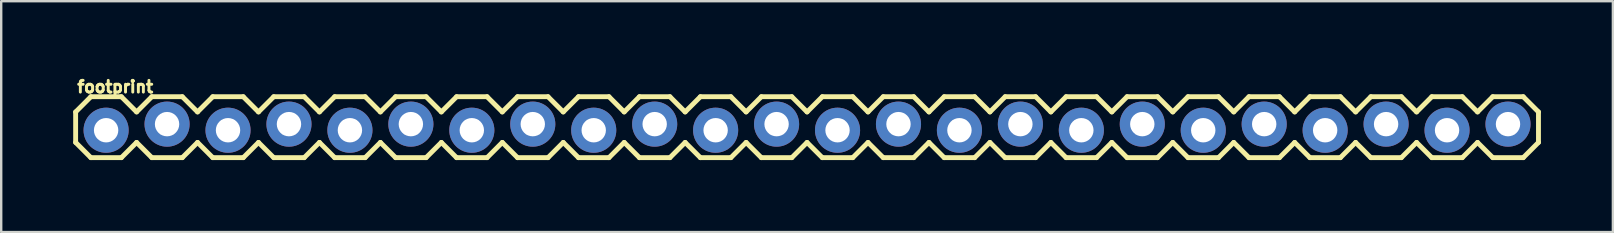
<source format=kicad_pcb>
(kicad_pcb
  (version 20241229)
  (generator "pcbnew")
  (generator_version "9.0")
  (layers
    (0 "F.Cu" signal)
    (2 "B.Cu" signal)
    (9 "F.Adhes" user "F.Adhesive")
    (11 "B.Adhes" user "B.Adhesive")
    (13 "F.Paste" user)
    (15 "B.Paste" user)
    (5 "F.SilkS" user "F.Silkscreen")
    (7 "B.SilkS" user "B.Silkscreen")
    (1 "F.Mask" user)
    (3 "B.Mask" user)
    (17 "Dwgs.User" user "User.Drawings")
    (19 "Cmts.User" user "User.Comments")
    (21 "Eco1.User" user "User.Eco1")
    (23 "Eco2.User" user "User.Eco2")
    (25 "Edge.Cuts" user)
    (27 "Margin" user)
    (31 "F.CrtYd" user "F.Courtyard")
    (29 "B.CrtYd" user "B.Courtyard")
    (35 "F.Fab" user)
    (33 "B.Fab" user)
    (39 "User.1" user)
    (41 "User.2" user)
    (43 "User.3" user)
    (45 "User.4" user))
  (footprint "footprint"
    (layer "F.Cu")
    (at 28.042 2.25)
    (property "Reference" "footprint" (at -27.94 -1.397 0) (layer "F.SilkS") (effects (font (size 0.488 0.488) (thickness 0.122)) (justify left bottom)))
    (fp_line (start -27.94 -0.635) (end -27.94 0.635) (stroke (width 0.203) (type solid)) (layer "F.SilkS"))
    (fp_line (start -27.94 -0.635) (end -27.305 -1.27) (stroke (width 0.203) (type solid)) (layer "F.SilkS"))
    (fp_line (start -27.305 -1.27) (end -26.035 -1.27) (stroke (width 0.203) (type solid)) (layer "F.SilkS"))
    (fp_line (start -27.305 1.27) (end -27.94 0.635) (stroke (width 0.203) (type solid)) (layer "F.SilkS"))
    (fp_line (start -26.035 -1.27) (end -25.4 -0.635) (stroke (width 0.203) (type solid)) (layer "F.SilkS"))
    (fp_line (start -26.035 1.27) (end -27.305 1.27) (stroke (width 0.203) (type solid)) (layer "F.SilkS"))
    (fp_line (start -25.4 -0.635) (end -24.765 -1.27) (stroke (width 0.203) (type solid)) (layer "F.SilkS"))
    (fp_line (start -25.4 0.635) (end -26.035 1.27) (stroke (width 0.203) (type solid)) (layer "F.SilkS"))
    (fp_line (start -24.765 -1.27) (end -23.495 -1.27) (stroke (width 0.203) (type solid)) (layer "F.SilkS"))
    (fp_line (start -24.765 1.27) (end -25.4 0.635) (stroke (width 0.203) (type solid)) (layer "F.SilkS"))
    (fp_line (start -23.495 -1.27) (end -22.86 -0.635) (stroke (width 0.203) (type solid)) (layer "F.SilkS"))
    (fp_line (start -23.495 1.27) (end -24.765 1.27) (stroke (width 0.203) (type solid)) (layer "F.SilkS"))
    (fp_line (start -22.86 -0.635) (end -22.225 -1.27) (stroke (width 0.203) (type solid)) (layer "F.SilkS"))
    (fp_line (start -22.86 0.635) (end -23.495 1.27) (stroke (width 0.203) (type solid)) (layer "F.SilkS"))
    (fp_line (start -22.225 -1.27) (end -20.955 -1.27) (stroke (width 0.203) (type solid)) (layer "F.SilkS"))
    (fp_line (start -22.225 1.27) (end -22.86 0.635) (stroke (width 0.203) (type solid)) (layer "F.SilkS"))
    (fp_line (start -20.955 -1.27) (end -20.32 -0.635) (stroke (width 0.203) (type solid)) (layer "F.SilkS"))
    (fp_line (start -20.955 1.27) (end -22.225 1.27) (stroke (width 0.203) (type solid)) (layer "F.SilkS"))
    (fp_line (start -20.32 0.635) (end -20.955 1.27) (stroke (width 0.203) (type solid)) (layer "F.SilkS"))
    (fp_line (start -20.32 0.635) (end -19.685 1.27) (stroke (width 0.203) (type solid)) (layer "F.SilkS"))
    (fp_line (start -19.685 -1.27) (end -20.32 -0.635) (stroke (width 0.203) (type solid)) (layer "F.SilkS"))
    (fp_line (start -19.685 -1.27) (end -18.415 -1.27) (stroke (width 0.203) (type solid)) (layer "F.SilkS"))
    (fp_line (start -18.415 -1.27) (end -17.78 -0.635) (stroke (width 0.203) (type solid)) (layer "F.SilkS"))
    (fp_line (start -18.415 1.27) (end -19.685 1.27) (stroke (width 0.203) (type solid)) (layer "F.SilkS"))
    (fp_line (start -17.78 -0.635) (end -17.145 -1.27) (stroke (width 0.203) (type solid)) (layer "F.SilkS"))
    (fp_line (start -17.78 0.635) (end -18.415 1.27) (stroke (width 0.203) (type solid)) (layer "F.SilkS"))
    (fp_line (start -17.145 -1.27) (end -15.875 -1.27) (stroke (width 0.203) (type solid)) (layer "F.SilkS"))
    (fp_line (start -17.145 1.27) (end -17.78 0.635) (stroke (width 0.203) (type solid)) (layer "F.SilkS"))
    (fp_line (start -15.875 -1.27) (end -15.24 -0.635) (stroke (width 0.203) (type solid)) (layer "F.SilkS"))
    (fp_line (start -15.875 1.27) (end -17.145 1.27) (stroke (width 0.203) (type solid)) (layer "F.SilkS"))
    (fp_line (start -15.24 -0.635) (end -14.605 -1.27) (stroke (width 0.203) (type solid)) (layer "F.SilkS"))
    (fp_line (start -15.24 0.635) (end -15.875 1.27) (stroke (width 0.203) (type solid)) (layer "F.SilkS"))
    (fp_line (start -14.605 -1.27) (end -13.335 -1.27) (stroke (width 0.203) (type solid)) (layer "F.SilkS"))
    (fp_line (start -14.605 1.27) (end -15.24 0.635) (stroke (width 0.203) (type solid)) (layer "F.SilkS"))
    (fp_line (start -13.335 -1.27) (end -12.7 -0.635) (stroke (width 0.203) (type solid)) (layer "F.SilkS"))
    (fp_line (start -13.335 1.27) (end -14.605 1.27) (stroke (width 0.203) (type solid)) (layer "F.SilkS"))
    (fp_line (start -12.7 0.635) (end -13.335 1.27) (stroke (width 0.203) (type solid)) (layer "F.SilkS"))
    (fp_line (start -12.7 0.635) (end -12.065 1.27) (stroke (width 0.203) (type solid)) (layer "F.SilkS"))
    (fp_line (start -12.065 -1.27) (end -12.7 -0.635) (stroke (width 0.203) (type solid)) (layer "F.SilkS"))
    (fp_line (start -12.065 -1.27) (end -10.795 -1.27) (stroke (width 0.203) (type solid)) (layer "F.SilkS"))
    (fp_line (start -10.795 -1.27) (end -10.16 -0.635) (stroke (width 0.203) (type solid)) (layer "F.SilkS"))
    (fp_line (start -10.795 1.27) (end -12.065 1.27) (stroke (width 0.203) (type solid)) (layer "F.SilkS"))
    (fp_line (start -10.16 0.635) (end -10.795 1.27) (stroke (width 0.203) (type solid)) (layer "F.SilkS"))
    (fp_line (start -10.16 0.635) (end -9.525 1.27) (stroke (width 0.203) (type solid)) (layer "F.SilkS"))
    (fp_line (start -9.525 -1.27) (end -10.16 -0.635) (stroke (width 0.203) (type solid)) (layer "F.SilkS"))
    (fp_line (start -9.525 -1.27) (end -8.255 -1.27) (stroke (width 0.203) (type solid)) (layer "F.SilkS"))
    (fp_line (start -8.255 -1.27) (end -7.62 -0.635) (stroke (width 0.203) (type solid)) (layer "F.SilkS"))
    (fp_line (start -8.255 1.27) (end -9.525 1.27) (stroke (width 0.203) (type solid)) (layer "F.SilkS"))
    (fp_line (start -7.62 -0.635) (end -6.985 -1.27) (stroke (width 0.203) (type solid)) (layer "F.SilkS"))
    (fp_line (start -7.62 0.635) (end -8.255 1.27) (stroke (width 0.203) (type solid)) (layer "F.SilkS"))
    (fp_line (start -6.985 -1.27) (end -5.715 -1.27) (stroke (width 0.203) (type solid)) (layer "F.SilkS"))
    (fp_line (start -6.985 1.27) (end -7.62 0.635) (stroke (width 0.203) (type solid)) (layer "F.SilkS"))
    (fp_line (start -5.715 -1.27) (end -5.08 -0.635) (stroke (width 0.203) (type solid)) (layer "F.SilkS"))
    (fp_line (start -5.715 1.27) (end -6.985 1.27) (stroke (width 0.203) (type solid)) (layer "F.SilkS"))
    (fp_line (start -5.08 -0.635) (end -4.445 -1.27) (stroke (width 0.203) (type solid)) (layer "F.SilkS"))
    (fp_line (start -5.08 0.635) (end -5.715 1.27) (stroke (width 0.203) (type solid)) (layer "F.SilkS"))
    (fp_line (start -4.445 -1.27) (end -3.175 -1.27) (stroke (width 0.203) (type solid)) (layer "F.SilkS"))
    (fp_line (start -4.445 1.27) (end -5.08 0.635) (stroke (width 0.203) (type solid)) (layer "F.SilkS"))
    (fp_line (start -3.175 -1.27) (end -2.54 -0.635) (stroke (width 0.203) (type solid)) (layer "F.SilkS"))
    (fp_line (start -3.175 1.27) (end -4.445 1.27) (stroke (width 0.203) (type solid)) (layer "F.SilkS"))
    (fp_line (start -2.54 0.635) (end -3.175 1.27) (stroke (width 0.203) (type solid)) (layer "F.SilkS"))
    (fp_line (start -2.54 0.635) (end -1.905 1.27) (stroke (width 0.203) (type solid)) (layer "F.SilkS"))
    (fp_line (start -1.905 -1.27) (end -2.54 -0.635) (stroke (width 0.203) (type solid)) (layer "F.SilkS"))
    (fp_line (start -1.905 -1.27) (end -0.635 -1.27) (stroke (width 0.203) (type solid)) (layer "F.SilkS"))
    (fp_line (start -0.635 -1.27) (end 0 -0.635) (stroke (width 0.203) (type solid)) (layer "F.SilkS"))
    (fp_line (start -0.635 1.27) (end -1.905 1.27) (stroke (width 0.203) (type solid)) (layer "F.SilkS"))
    (fp_line (start 0 -0.635) (end 0.635 -1.27) (stroke (width 0.203) (type solid)) (layer "F.SilkS"))
    (fp_line (start 0 0.635) (end -0.635 1.27) (stroke (width 0.203) (type solid)) (layer "F.SilkS"))
    (fp_line (start 0.635 -1.27) (end 1.905 -1.27) (stroke (width 0.203) (type solid)) (layer "F.SilkS"))
    (fp_line (start 0.635 1.27) (end 0 0.635) (stroke (width 0.203) (type solid)) (layer "F.SilkS"))
    (fp_line (start 1.905 -1.27) (end 2.54 -0.635) (stroke (width 0.203) (type solid)) (layer "F.SilkS"))
    (fp_line (start 1.905 1.27) (end 0.635 1.27) (stroke (width 0.203) (type solid)) (layer "F.SilkS"))
    (fp_line (start 2.54 -0.635) (end 3.175 -1.27) (stroke (width 0.203) (type solid)) (layer "F.SilkS"))
    (fp_line (start 2.54 0.635) (end 1.905 1.27) (stroke (width 0.203) (type solid)) (layer "F.SilkS"))
    (fp_line (start 3.175 -1.27) (end 4.445 -1.27) (stroke (width 0.203) (type solid)) (layer "F.SilkS"))
    (fp_line (start 3.175 1.27) (end 2.54 0.635) (stroke (width 0.203) (type solid)) (layer "F.SilkS"))
    (fp_line (start 4.445 -1.27) (end 5.08 -0.635) (stroke (width 0.203) (type solid)) (layer "F.SilkS"))
    (fp_line (start 4.445 1.27) (end 3.175 1.27) (stroke (width 0.203) (type solid)) (layer "F.SilkS"))
    (fp_line (start 5.08 0.635) (end 4.445 1.27) (stroke (width 0.203) (type solid)) (layer "F.SilkS"))
    (fp_line (start 5.08 0.635) (end 5.715 1.27) (stroke (width 0.203) (type solid)) (layer "F.SilkS"))
    (fp_line (start 5.715 -1.27) (end 5.08 -0.635) (stroke (width 0.203) (type solid)) (layer "F.SilkS"))
    (fp_line (start 5.715 -1.27) (end 6.985 -1.27) (stroke (width 0.203) (type solid)) (layer "F.SilkS"))
    (fp_line (start 6.985 -1.27) (end 7.62 -0.635) (stroke (width 0.203) (type solid)) (layer "F.SilkS"))
    (fp_line (start 6.985 1.27) (end 5.715 1.27) (stroke (width 0.203) (type solid)) (layer "F.SilkS"))
    (fp_line (start 7.62 0.635) (end 6.985 1.27) (stroke (width 0.203) (type solid)) (layer "F.SilkS"))
    (fp_line (start 7.62 0.635) (end 8.255 1.27) (stroke (width 0.203) (type solid)) (layer "F.SilkS"))
    (fp_line (start 8.255 -1.27) (end 7.62 -0.635) (stroke (width 0.203) (type solid)) (layer "F.SilkS"))
    (fp_line (start 8.255 -1.27) (end 9.525 -1.27) (stroke (width 0.203) (type solid)) (layer "F.SilkS"))
    (fp_line (start 9.525 -1.27) (end 10.16 -0.635) (stroke (width 0.203) (type solid)) (layer "F.SilkS"))
    (fp_line (start 9.525 1.27) (end 8.255 1.27) (stroke (width 0.203) (type solid)) (layer "F.SilkS"))
    (fp_line (start 10.16 0.635) (end 9.525 1.27) (stroke (width 0.203) (type solid)) (layer "F.SilkS"))
    (fp_line (start 10.16 0.635) (end 10.795 1.27) (stroke (width 0.203) (type solid)) (layer "F.SilkS"))
    (fp_line (start 10.795 -1.27) (end 10.16 -0.635) (stroke (width 0.203) (type solid)) (layer "F.SilkS"))
    (fp_line (start 10.795 -1.27) (end 12.065 -1.27) (stroke (width 0.203) (type solid)) (layer "F.SilkS"))
    (fp_line (start 12.065 -1.27) (end 12.7 -0.635) (stroke (width 0.203) (type solid)) (layer "F.SilkS"))
    (fp_line (start 12.065 1.27) (end 10.795 1.27) (stroke (width 0.203) (type solid)) (layer "F.SilkS"))
    (fp_line (start 12.7 0.635) (end 12.065 1.27) (stroke (width 0.203) (type solid)) (layer "F.SilkS"))
    (fp_line (start 12.7 0.635) (end 13.335 1.27) (stroke (width 0.203) (type solid)) (layer "F.SilkS"))
    (fp_line (start 13.335 -1.27) (end 12.7 -0.635) (stroke (width 0.203) (type solid)) (layer "F.SilkS"))
    (fp_line (start 13.335 -1.27) (end 14.605 -1.27) (stroke (width 0.203) (type solid)) (layer "F.SilkS"))
    (fp_line (start 14.605 -1.27) (end 15.24 -0.635) (stroke (width 0.203) (type solid)) (layer "F.SilkS"))
    (fp_line (start 14.605 1.27) (end 13.335 1.27) (stroke (width 0.203) (type solid)) (layer "F.SilkS"))
    (fp_line (start 15.24 0.635) (end 14.605 1.27) (stroke (width 0.203) (type solid)) (layer "F.SilkS"))
    (fp_line (start 15.24 0.635) (end 15.875 1.27) (stroke (width 0.203) (type solid)) (layer "F.SilkS"))
    (fp_line (start 15.875 -1.27) (end 15.24 -0.635) (stroke (width 0.203) (type solid)) (layer "F.SilkS"))
    (fp_line (start 15.875 -1.27) (end 17.145 -1.27) (stroke (width 0.203) (type solid)) (layer "F.SilkS"))
    (fp_line (start 17.145 -1.27) (end 17.78 -0.635) (stroke (width 0.203) (type solid)) (layer "F.SilkS"))
    (fp_line (start 17.145 1.27) (end 15.875 1.27) (stroke (width 0.203) (type solid)) (layer "F.SilkS"))
    (fp_line (start 17.78 0.635) (end 17.145 1.27) (stroke (width 0.203) (type solid)) (layer "F.SilkS"))
    (fp_line (start 17.78 0.635) (end 18.415 1.27) (stroke (width 0.203) (type solid)) (layer "F.SilkS"))
    (fp_line (start 18.415 -1.27) (end 17.78 -0.635) (stroke (width 0.203) (type solid)) (layer "F.SilkS"))
    (fp_line (start 18.415 -1.27) (end 19.685 -1.27) (stroke (width 0.203) (type solid)) (layer "F.SilkS"))
    (fp_line (start 19.685 -1.27) (end 20.32 -0.635) (stroke (width 0.203) (type solid)) (layer "F.SilkS"))
    (fp_line (start 19.685 1.27) (end 18.415 1.27) (stroke (width 0.203) (type solid)) (layer "F.SilkS"))
    (fp_line (start 20.32 0.635) (end 19.685 1.27) (stroke (width 0.203) (type solid)) (layer "F.SilkS"))
    (fp_line (start 20.32 0.635) (end 20.955 1.27) (stroke (width 0.203) (type solid)) (layer "F.SilkS"))
    (fp_line (start 20.955 -1.27) (end 20.32 -0.635) (stroke (width 0.203) (type solid)) (layer "F.SilkS"))
    (fp_line (start 20.955 -1.27) (end 22.225 -1.27) (stroke (width 0.203) (type solid)) (layer "F.SilkS"))
    (fp_line (start 22.225 -1.27) (end 22.86 -0.635) (stroke (width 0.203) (type solid)) (layer "F.SilkS"))
    (fp_line (start 22.225 1.27) (end 20.955 1.27) (stroke (width 0.203) (type solid)) (layer "F.SilkS"))
    (fp_line (start 22.86 0.635) (end 22.225 1.27) (stroke (width 0.203) (type solid)) (layer "F.SilkS"))
    (fp_line (start 22.86 0.635) (end 23.495 1.27) (stroke (width 0.203) (type solid)) (layer "F.SilkS"))
    (fp_line (start 23.495 -1.27) (end 22.86 -0.635) (stroke (width 0.203) (type solid)) (layer "F.SilkS"))
    (fp_line (start 23.495 -1.27) (end 24.765 -1.27) (stroke (width 0.203) (type solid)) (layer "F.SilkS"))
    (fp_line (start 24.765 -1.27) (end 25.4 -0.635) (stroke (width 0.203) (type solid)) (layer "F.SilkS"))
    (fp_line (start 24.765 1.27) (end 23.495 1.27) (stroke (width 0.203) (type solid)) (layer "F.SilkS"))
    (fp_line (start 25.4 0.635) (end 24.765 1.27) (stroke (width 0.203) (type solid)) (layer "F.SilkS"))
    (fp_line (start 25.4 0.635) (end 26.035 1.27) (stroke (width 0.203) (type solid)) (layer "F.SilkS"))
    (fp_line (start 26.035 -1.27) (end 25.4 -0.635) (stroke (width 0.203) (type solid)) (layer "F.SilkS"))
    (fp_line (start 26.035 -1.27) (end 27.305 -1.27) (stroke (width 0.203) (type solid)) (layer "F.SilkS"))
    (fp_line (start 27.305 -1.27) (end 27.94 -0.635) (stroke (width 0.203) (type solid)) (layer "F.SilkS"))
    (fp_line (start 27.305 1.27) (end 26.035 1.27) (stroke (width 0.203) (type solid)) (layer "F.SilkS"))
    (fp_line (start 27.94 0.635) (end 27.305 1.27) (stroke (width 0.203) (type solid)) (layer "F.SilkS"))
    (fp_line (start 27.94 0.635) (end 28.575 1.27) (stroke (width 0.203) (type solid)) (layer "F.SilkS"))
    (fp_line (start 28.575 -1.27) (end 27.94 -0.635) (stroke (width 0.203) (type solid)) (layer "F.SilkS"))
    (fp_line (start 28.575 -1.27) (end 29.845 -1.27) (stroke (width 0.203) (type solid)) (layer "F.SilkS"))
    (fp_line (start 29.845 -1.27) (end 30.48 -0.635) (stroke (width 0.203) (type solid)) (layer "F.SilkS"))
    (fp_line (start 29.845 1.27) (end 28.575 1.27) (stroke (width 0.203) (type solid)) (layer "F.SilkS"))
    (fp_line (start 30.48 0.635) (end 29.845 1.27) (stroke (width 0.203) (type solid)) (layer "F.SilkS"))
    (fp_line (start 30.48 0.635) (end 31.115 1.27) (stroke (width 0.203) (type solid)) (layer "F.SilkS"))
    (fp_line (start 31.115 -1.27) (end 30.48 -0.635) (stroke (width 0.203) (type solid)) (layer "F.SilkS"))
    (fp_line (start 31.115 -1.27) (end 32.385 -1.27) (stroke (width 0.203) (type solid)) (layer "F.SilkS"))
    (fp_line (start 32.385 -1.27) (end 33.02 -0.635) (stroke (width 0.203) (type solid)) (layer "F.SilkS"))
    (fp_line (start 32.385 1.27) (end 31.115 1.27) (stroke (width 0.203) (type solid)) (layer "F.SilkS"))
    (fp_line (start 33.02 -0.635) (end 33.02 0.635) (stroke (width 0.203) (type solid)) (layer "F.SilkS"))
    (fp_line (start 33.02 0.635) (end 32.385 1.27) (stroke (width 0.203) (type solid)) (layer "F.SilkS"))
    (fp_poly (pts (xy -26.924 0.254) (xy -26.416 0.254) (xy -26.416 -0.254) (xy -26.924 -0.254)) (stroke (width 0.1) (type solid)) (fill no) (layer "F.Fab"))
    (fp_poly (pts (xy -24.384 0.254) (xy -23.876 0.254) (xy -23.876 -0.254) (xy -24.384 -0.254)) (stroke (width 0.1) (type solid)) (fill no) (layer "F.Fab"))
    (fp_poly (pts (xy -21.844 0.254) (xy -21.336 0.254) (xy -21.336 -0.254) (xy -21.844 -0.254)) (stroke (width 0.1) (type solid)) (fill no) (layer "F.Fab"))
    (fp_poly (pts (xy -19.304 0.254) (xy -18.796 0.254) (xy -18.796 -0.254) (xy -19.304 -0.254)) (stroke (width 0.1) (type solid)) (fill no) (layer "F.Fab"))
    (fp_poly (pts (xy -16.764 0.254) (xy -16.256 0.254) (xy -16.256 -0.254) (xy -16.764 -0.254)) (stroke (width 0.1) (type solid)) (fill no) (layer "F.Fab"))
    (fp_poly (pts (xy -14.224 0.254) (xy -13.716 0.254) (xy -13.716 -0.254) (xy -14.224 -0.254)) (stroke (width 0.1) (type solid)) (fill no) (layer "F.Fab"))
    (fp_poly (pts (xy -11.684 0.254) (xy -11.176 0.254) (xy -11.176 -0.254) (xy -11.684 -0.254)) (stroke (width 0.1) (type solid)) (fill no) (layer "F.Fab"))
    (fp_poly (pts (xy -9.144 0.254) (xy -8.636 0.254) (xy -8.636 -0.254) (xy -9.144 -0.254)) (stroke (width 0.1) (type solid)) (fill no) (layer "F.Fab"))
    (fp_poly (pts (xy -6.604 0.254) (xy -6.096 0.254) (xy -6.096 -0.254) (xy -6.604 -0.254)) (stroke (width 0.1) (type solid)) (fill no) (layer "F.Fab"))
    (fp_poly (pts (xy -4.064 0.254) (xy -3.556 0.254) (xy -3.556 -0.254) (xy -4.064 -0.254)) (stroke (width 0.1) (type solid)) (fill no) (layer "F.Fab"))
    (fp_poly (pts (xy -1.524 0.254) (xy -1.016 0.254) (xy -1.016 -0.254) (xy -1.524 -0.254)) (stroke (width 0.1) (type solid)) (fill no) (layer "F.Fab"))
    (fp_poly (pts (xy 1.016 0.254) (xy 1.524 0.254) (xy 1.524 -0.254) (xy 1.016 -0.254)) (stroke (width 0.1) (type solid)) (fill no) (layer "F.Fab"))
    (fp_poly (pts (xy 3.556 0.254) (xy 4.064 0.254) (xy 4.064 -0.254) (xy 3.556 -0.254)) (stroke (width 0.1) (type solid)) (fill no) (layer "F.Fab"))
    (fp_poly (pts (xy 6.096 0.254) (xy 6.604 0.254) (xy 6.604 -0.254) (xy 6.096 -0.254)) (stroke (width 0.1) (type solid)) (fill no) (layer "F.Fab"))
    (fp_poly (pts (xy 8.636 0.254) (xy 9.144 0.254) (xy 9.144 -0.254) (xy 8.636 -0.254)) (stroke (width 0.1) (type solid)) (fill no) (layer "F.Fab"))
    (fp_poly (pts (xy 11.176 0.254) (xy 11.684 0.254) (xy 11.684 -0.254) (xy 11.176 -0.254)) (stroke (width 0.1) (type solid)) (fill no) (layer "F.Fab"))
    (fp_poly (pts (xy 13.716 0.254) (xy 14.224 0.254) (xy 14.224 -0.254) (xy 13.716 -0.254)) (stroke (width 0.1) (type solid)) (fill no) (layer "F.Fab"))
    (fp_poly (pts (xy 16.256 0.254) (xy 16.764 0.254) (xy 16.764 -0.254) (xy 16.256 -0.254)) (stroke (width 0.1) (type solid)) (fill no) (layer "F.Fab"))
    (fp_poly (pts (xy 18.796 0.254) (xy 19.304 0.254) (xy 19.304 -0.254) (xy 18.796 -0.254)) (stroke (width 0.1) (type solid)) (fill no) (layer "F.Fab"))
    (fp_poly (pts (xy 21.336 0.254) (xy 21.844 0.254) (xy 21.844 -0.254) (xy 21.336 -0.254)) (stroke (width 0.1) (type solid)) (fill no) (layer "F.Fab"))
    (fp_poly (pts (xy 23.876 0.254) (xy 24.384 0.254) (xy 24.384 -0.254) (xy 23.876 -0.254)) (stroke (width 0.1) (type solid)) (fill no) (layer "F.Fab"))
    (fp_poly (pts (xy 26.416 0.254) (xy 26.924 0.254) (xy 26.924 -0.254) (xy 26.416 -0.254)) (stroke (width 0.1) (type solid)) (fill no) (layer "F.Fab"))
    (fp_poly (pts (xy 28.956 0.254) (xy 29.464 0.254) (xy 29.464 -0.254) (xy 28.956 -0.254)) (stroke (width 0.1) (type solid)) (fill no) (layer "F.Fab"))
    (fp_poly (pts (xy 31.496 0.254) (xy 32.004 0.254) (xy 32.004 -0.254) (xy 31.496 -0.254)) (stroke (width 0.1) (type solid)) (fill no) (layer "F.Fab"))
    (pad "1" thru_hole circle (at -26.67 0.127 90) (size 1.88 1.88) (drill 1.016) (layers "*.Cu" "*.Mask"))
    (pad "2" thru_hole circle (at -24.13 -0.127 90) (size 1.88 1.88) (drill 1.016) (layers "*.Cu" "*.Mask"))
    (pad "3" thru_hole circle (at -21.59 0.127 90) (size 1.88 1.88) (drill 1.016) (layers "*.Cu" "*.Mask"))
    (pad "4" thru_hole circle (at -19.05 -0.127 90) (size 1.88 1.88) (drill 1.016) (layers "*.Cu" "*.Mask"))
    (pad "5" thru_hole circle (at -16.51 0.127 90) (size 1.88 1.88) (drill 1.016) (layers "*.Cu" "*.Mask"))
    (pad "6" thru_hole circle (at -13.97 -0.127 90) (size 1.88 1.88) (drill 1.016) (layers "*.Cu" "*.Mask"))
    (pad "7" thru_hole circle (at -11.43 0.127 90) (size 1.88 1.88) (drill 1.016) (layers "*.Cu" "*.Mask"))
    (pad "8" thru_hole circle (at -8.89 -0.127 90) (size 1.88 1.88) (drill 1.016) (layers "*.Cu" "*.Mask"))
    (pad "9" thru_hole circle (at -6.35 0.127 90) (size 1.88 1.88) (drill 1.016) (layers "*.Cu" "*.Mask"))
    (pad "10" thru_hole circle (at -3.81 -0.127 90) (size 1.88 1.88) (drill 1.016) (layers "*.Cu" "*.Mask"))
    (pad "11" thru_hole circle (at -1.27 0.127 90) (size 1.88 1.88) (drill 1.016) (layers "*.Cu" "*.Mask"))
    (pad "12" thru_hole circle (at 1.27 -0.127 90) (size 1.88 1.88) (drill 1.016) (layers "*.Cu" "*.Mask"))
    (pad "13" thru_hole circle (at 3.81 0.127 90) (size 1.88 1.88) (drill 1.016) (layers "*.Cu" "*.Mask"))
    (pad "14" thru_hole circle (at 6.35 -0.127 90) (size 1.88 1.88) (drill 1.016) (layers "*.Cu" "*.Mask"))
    (pad "15" thru_hole circle (at 8.89 0.127 90) (size 1.88 1.88) (drill 1.016) (layers "*.Cu" "*.Mask"))
    (pad "16" thru_hole circle (at 11.43 -0.127 90) (size 1.88 1.88) (drill 1.016) (layers "*.Cu" "*.Mask"))
    (pad "17" thru_hole circle (at 13.97 0.127 90) (size 1.88 1.88) (drill 1.016) (layers "*.Cu" "*.Mask"))
    (pad "18" thru_hole circle (at 16.51 -0.127 90) (size 1.88 1.88) (drill 1.016) (layers "*.Cu" "*.Mask"))
    (pad "19" thru_hole circle (at 19.05 0.127 90) (size 1.88 1.88) (drill 1.016) (layers "*.Cu" "*.Mask"))
    (pad "20" thru_hole circle (at 21.59 -0.127 90) (size 1.88 1.88) (drill 1.016) (layers "*.Cu" "*.Mask"))
    (pad "21" thru_hole circle (at 24.13 0.127 90) (size 1.88 1.88) (drill 1.016) (layers "*.Cu" "*.Mask"))
    (pad "22" thru_hole circle (at 26.67 -0.127 90) (size 1.88 1.88) (drill 1.016) (layers "*.Cu" "*.Mask"))
    (pad "23" thru_hole circle (at 29.21 0.127 90) (size 1.88 1.88) (drill 1.016) (layers "*.Cu" "*.Mask"))
    (pad "24" thru_hole circle (at 31.75 -0.127 90) (size 1.88 1.88) (drill 1.016) (layers "*.Cu" "*.Mask")))
  (gr_rect
    (start -3 -3)
    (end 64.163 6.622)
    (stroke (width 0.1) (type default))
    (fill no)
    (layer "Edge.Cuts")))
</source>
